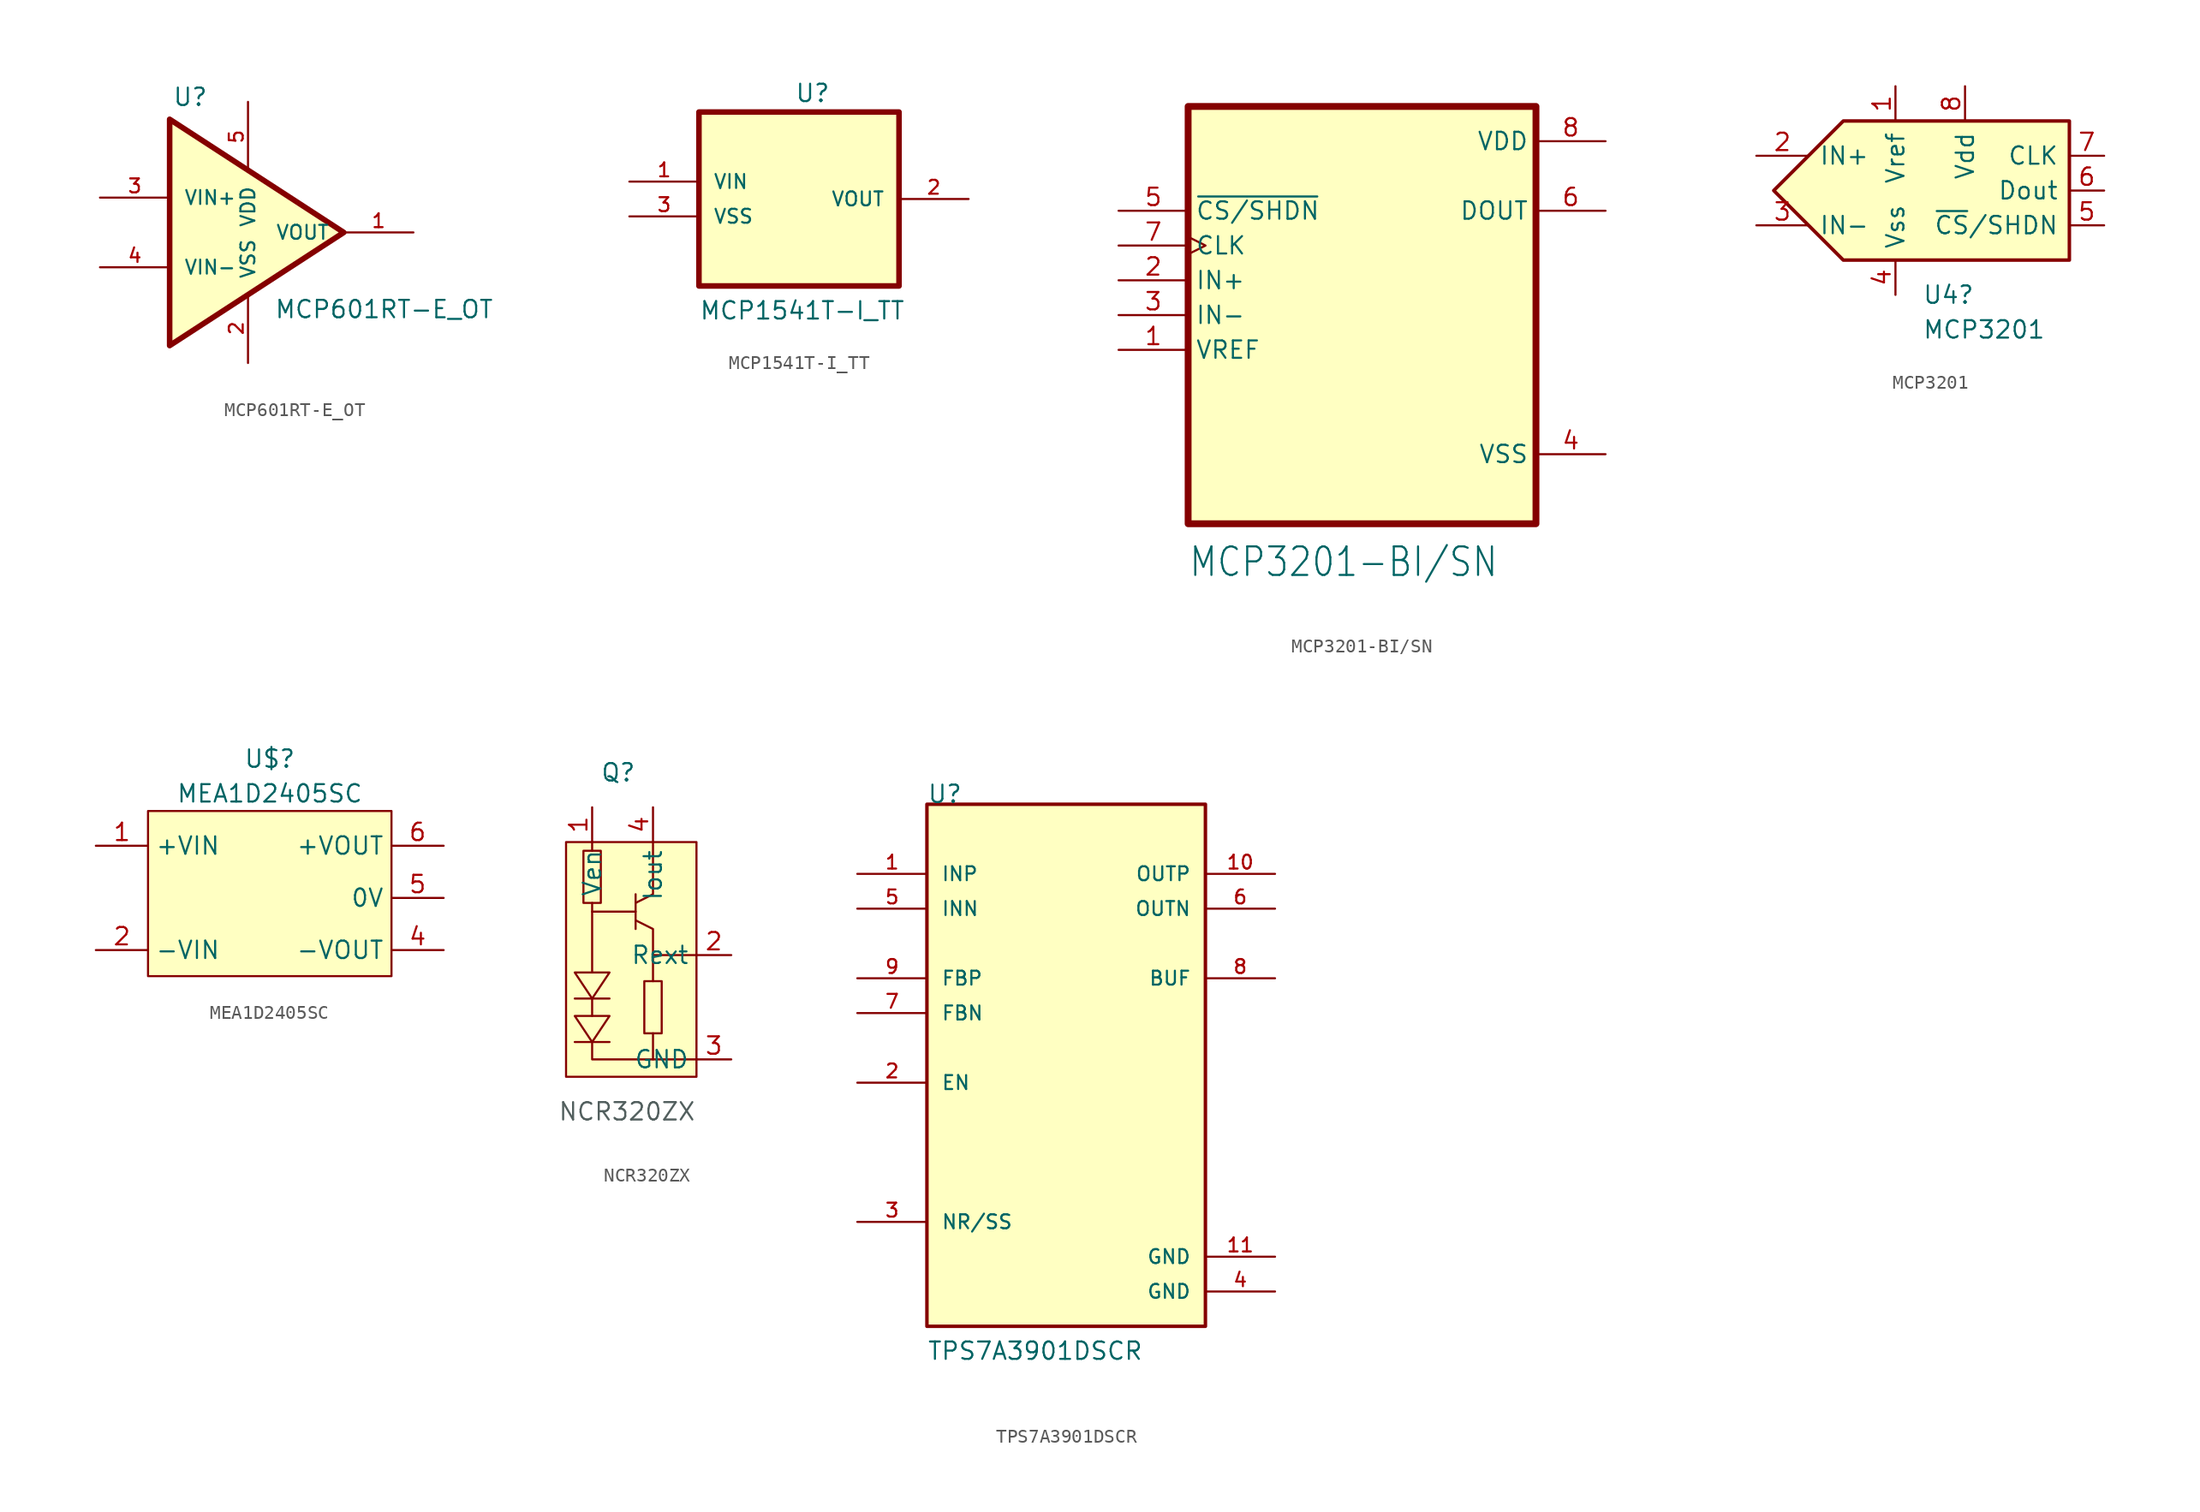
<source format=kicad_sym>
(kicad_symbol_lib
  (version 20220914)
  (generator kicad_symbol_editor)
  (symbol "MCP601RT-E_OT"
    (pin_names
      (offset 1.016))
    (property "Reference" "U"
      (at -4.249 9.134 0)
      (effects (font (size 1.27 1.27)) (justify left bottom)))
    (property "Value" "MCP601RT-E_OT"
      (at 3.175 -6.35 0)
      (effects (font (size 1.27 1.27)) (justify left bottom)))
    (symbol "MCP601RT-E_OT_0_0"
      (pin output line (at 13.335 0 180) (length 5.08) (name "VOUT" (effects (font (size 1.016 1.016)))) (number "1" (effects (font (size 1.016 1.016)))))
      (pin passive line (at 1.27 -9.525 90) (length 5.08) (name "VSS" (effects (font (size 1.016 1.016)))) (number "2" (effects (font (size 1.016 1.016)))))
      (pin input line (at -9.525 2.54 0) (length 5.08) (name "VIN+" (effects (font (size 1.016 1.016)))) (number "3" (effects (font (size 1.016 1.016)))))
      (pin input line (at -9.525 -2.54 0) (length 5.08) (name "VIN-" (effects (font (size 1.016 1.016)))) (number "4" (effects (font (size 1.016 1.016)))))
      (pin power_in line (at 1.27 9.525 270) (length 5.08) (name "VDD" (effects (font (size 1.016 1.016)))) (number "5" (effects (font (size 1.016 1.016))))))
    (symbol "MCP601RT-E_OT_1_1"
      (polyline (pts (xy -4.445 -8.255) (xy 8.255 0) (xy -4.445 8.255) (xy -4.445 -8.255)) (stroke (width 0.406) (type default)) (fill (type background)))))
  (symbol "MCP1541T-I_TT"
    (pin_names
      (offset 1.016))
    (property "Reference" "U"
      (at -0.635 6.985 0)
      (effects (font (size 1.27 1.27)) (justify left bottom)))
    (property "Value" "MCP1541T-I_TT"
      (at -7.62 -8.89 0)
      (effects (font (size 1.27 1.27)) (justify left bottom)))
    (symbol "MCP1541T-I_TT_0_0"
      (rectangle (start -7.62 6.35) (end 6.985 -6.35) (stroke (width 0.406) (type default)) (fill (type background)))
      (pin power_in line (at -12.7 1.27 0) (length 5.08) (name "VIN" (effects (font (size 1.016 1.016)))) (number "1" (effects (font (size 1.016 1.016)))))
      (pin output line (at 12.065 0 180) (length 5.08) (name "VOUT" (effects (font (size 1.016 1.016)))) (number "2" (effects (font (size 1.016 1.016)))))
      (pin power_in line (at -12.7 -1.27 0) (length 5.08) (name "VSS" (effects (font (size 1.016 1.016)))) (number "3" (effects (font (size 1.016 1.016)))))))
  (symbol "MCP3201-BI/SN"
    (property "Reference" "U$2"
      (at -12.7 16.24 0)
      (effects (font (size 2.083 1.77)) (justify left bottom) hide))
    (property "Value" "MCP3201-BI/SN"
      (at -12.7 -19.24 0)
      (effects (font (size 2.083 1.77)) (justify left bottom)))
    (property "ki_locked" ""
      (at 0 0 0)
      (effects (font (size 1.27 1.27))))
    (symbol "MCP3201-BI/SN_1_0"
      (rectangle (start -12.7 15.24) (end 12.7 -15.24) (stroke (width 0.5) (type default)) (fill (type background)))
      (pin input line (at -17.78 -2.54 0) (length 5.08) (name "VREF" (effects (font (size 1.27 1.27)))) (number "1" (effects (font (size 1.27 1.27)))))
      (pin input line (at -17.78 2.54 0) (length 5.08) (name "IN+" (effects (font (size 1.27 1.27)))) (number "2" (effects (font (size 1.27 1.27)))))
      (pin input line (at -17.78 0 0) (length 5.08) (name "IN-" (effects (font (size 1.27 1.27)))) (number "3" (effects (font (size 1.27 1.27)))))
      (pin power_in line (at 17.78 -10.16 180) (length 5.08) (name "VSS" (effects (font (size 1.27 1.27)))) (number "4" (effects (font (size 1.27 1.27)))))
      (pin input line (at -17.78 7.62 0) (length 5.08) (name "~{CS/SHDN}" (effects (font (size 1.27 1.27)))) (number "5" (effects (font (size 1.27 1.27)))))
      (pin output line (at 17.78 7.62 180) (length 5.08) (name "DOUT" (effects (font (size 1.27 1.27)))) (number "6" (effects (font (size 1.27 1.27)))))
      (pin input clock (at -17.78 5.08 0) (length 5.08) (name "CLK" (effects (font (size 1.27 1.27)))) (number "7" (effects (font (size 1.27 1.27)))))
      (pin power_in line (at 17.78 12.7 180) (length 5.08) (name "VDD" (effects (font (size 1.27 1.27)))) (number "8" (effects (font (size 1.27 1.27)))))))
  (symbol "MCP3201"
    (pin_names
      (offset 0.762))
    (property "Reference" "U4"
      (at -0.584 -7.62 0)
      (effects (font (size 1.27 1.27)) (justify left)))
    (property "Value" "MCP3201"
      (at -0.584 -10.16 0)
      (effects (font (size 1.27 1.27)) (justify left)))
    (symbol "MCP3201_0_0"
      (polyline (pts (xy -11.43 0) (xy -6.35 5.08) (xy 10.16 5.08) (xy 10.16 -5.08) (xy -6.35 -5.08) (xy -11.43 0)) (stroke (width 0.254) (type default)) (fill (type background))))
    (symbol "MCP3201_1_1"
      (pin power_in line (at -2.54 7.62 270) (length 2.54) (name "Vref" (effects (font (size 1.27 1.27)))) (number "1" (effects (font (size 1.27 1.27)))))
      (pin input line (at -12.7 2.54 0) (length 3.81) (name "IN+" (effects (font (size 1.27 1.27)))) (number "2" (effects (font (size 1.27 1.27)))))
      (pin input line (at -12.7 -2.54 0) (length 3.81) (name "IN-" (effects (font (size 1.27 1.27)))) (number "3" (effects (font (size 1.27 1.27)))))
      (pin power_in line (at -2.54 -7.62 90) (length 2.54) (name "Vss" (effects (font (size 1.27 1.27)))) (number "4" (effects (font (size 1.27 1.27)))))
      (pin input line (at 12.7 -2.54 180) (length 2.54) (name "~{CS}/SHDN" (effects (font (size 1.27 1.27)))) (number "5" (effects (font (size 1.27 1.27)))))
      (pin output line (at 12.7 0 180) (length 2.54) (name "Dout" (effects (font (size 1.27 1.27)))) (number "6" (effects (font (size 1.27 1.27)))))
      (pin input line (at 12.7 2.54 180) (length 2.54) (name "CLK" (effects (font (size 1.27 1.27)))) (number "7" (effects (font (size 1.27 1.27)))))
      (pin power_in line (at 2.54 7.62 270) (length 2.54) (name "Vdd" (effects (font (size 1.27 1.27)))) (number "8" (effects (font (size 1.27 1.27)))))))
  (symbol "MEA1D2405SC"
    (property "Reference" "U$"
      (at 0 10.16 0)
      (effects (font (size 1.27 1.27))))
    (property "Value" "MEA1D2405SC"
      (at 0 7.62 0)
      (effects (font (size 1.27 1.27))))
    (symbol "MEA1D2405SC_1_1"
      (rectangle (start -8.89 6.35) (end 8.89 -5.715) (stroke (width 0) (type default)) (fill (type background)))
      (pin power_in line (at -12.7 3.81 0) (length 3.81) (name "+VIN" (effects (font (size 1.27 1.27)))) (number "1" (effects (font (size 1.27 1.27)))))
      (pin power_in line (at -12.7 -3.81 0) (length 3.81) (name "-VIN" (effects (font (size 1.27 1.27)))) (number "2" (effects (font (size 1.27 1.27)))))
      (pin power_out line (at 12.7 -3.81 180) (length 3.81) (name "-VOUT" (effects (font (size 1.27 1.27)))) (number "4" (effects (font (size 1.27 1.27)))))
      (pin power_out line (at 12.7 0 180) (length 3.81) (name "0V" (effects (font (size 1.27 1.27)))) (number "5" (effects (font (size 1.27 1.27)))))
      (pin power_out line (at 12.7 3.81 180) (length 3.81) (name "+VOUT" (effects (font (size 1.27 1.27)))) (number "6" (effects (font (size 1.27 1.27)))))))
  (symbol "NCR320ZX"
    (property "Reference" "Q"
      (at 0 2.54 0)
      (effects (font (size 1.27 1.27))))
    (property "Value" ""
      (at 0 0 0)
      (effects (font (size 1.27 1.27))))
    (symbol "NCR320ZX_1_1"
      (rectangle (start -3.81 -2.54) (end 5.715 -19.685) (stroke (width 0) (type default)) (fill (type background)))
      (rectangle (start -2.54 -3.175) (end -1.27 -6.985) (stroke (width 0) (type default)) (fill (type none)))
      (polyline (pts (xy -3.175 -17.145) (xy -0.635 -17.145)) (stroke (width 0) (type default)) (fill (type none)))
      (polyline (pts (xy -3.175 -13.97) (xy -0.635 -13.97)) (stroke (width 0) (type default)) (fill (type none)))
      (polyline (pts (xy -1.905 -15.24) (xy -1.905 -13.97)) (stroke (width 0) (type default)) (fill (type none)))
      (polyline (pts (xy -1.905 -7.62) (xy 1.27 -7.62)) (stroke (width 0) (type default)) (fill (type none)))
      (polyline (pts (xy -1.905 -3.175) (xy -1.905 -2.54)) (stroke (width 0) (type default)) (fill (type none)))
      (polyline (pts (xy 1.27 -6.35) (xy 1.27 -8.89)) (stroke (width 0) (type default)) (fill (type none)))
      (polyline (pts (xy 2.54 -12.7) (xy 2.54 -10.795)) (stroke (width 0) (type default)) (fill (type none)))
      (polyline (pts (xy -1.905 -17.145) (xy -1.905 -18.415) (xy 2.54 -18.415)) (stroke (width 0) (type default)) (fill (type none)))
      (polyline (pts (xy -1.905 -6.985) (xy -1.905 -12.065) (xy -1.905 -12.065)) (stroke (width 0) (type default)) (fill (type none)))
      (polyline (pts (xy 1.27 -6.985) (xy 2.54 -6.35) (xy 2.54 -2.54)) (stroke (width 0) (type default)) (fill (type none)))
      (polyline (pts (xy 2.54 -16.51) (xy 2.54 -18.415) (xy 5.715 -18.415)) (stroke (width 0) (type default)) (fill (type none)))
      (polyline (pts (xy -3.175 -15.24) (xy -0.635 -15.24) (xy -1.905 -17.145) (xy -3.175 -15.24)) (stroke (width 0) (type default)) (fill (type none)))
      (polyline (pts (xy -3.175 -12.065) (xy -0.635 -12.065) (xy -1.905 -13.97) (xy -3.175 -12.065)) (stroke (width 0) (type default)) (fill (type none)))
      (polyline (pts (xy 1.27 -8.255) (xy 2.54 -8.89) (xy 2.54 -10.795) (xy 5.715 -10.795)) (stroke (width 0) (type default)) (fill (type none)))
      (rectangle (start 1.905 -12.7) (end 3.175 -16.51) (stroke (width 0) (type default)) (fill (type none)))
      (text "NCR320ZX" (at 0.635 -22.225 0) (effects (font (size 1.27 1.27) (color 82 95 94 1))))
      (pin input line (at -1.905 0 270) (length 2.54) (name "Ven" (effects (font (size 1.27 1.27)))) (number "1" (effects (font (size 1.27 1.27)))))
      (pin input line (at 8.255 -10.795 180) (length 2.54) (name "Rext" (effects (font (size 1.27 1.27)))) (number "2" (effects (font (size 1.27 1.27)))))
      (pin input line (at 8.255 -18.415 180) (length 2.54) (name "GND" (effects (font (size 1.27 1.27)))) (number "3" (effects (font (size 1.27 1.27)))))
      (pin input line (at 2.54 0 270) (length 2.54) (name "Iout" (effects (font (size 1.27 1.27)))) (number "4" (effects (font (size 1.27 1.27)))))))
  (symbol "TPS7A3901DSCR"
    (pin_names
      (offset 1.016))
    (property "Reference" "U"
      (at -10.16 17.78 0)
      (effects (font (size 1.27 1.27)) (justify left bottom)))
    (property "Value" "TPS7A3901DSCR"
      (at -10.16 -22.86 0)
      (effects (font (size 1.27 1.27)) (justify left bottom)))
    (symbol "TPS7A3901DSCR_0_0"
      (rectangle (start -10.16 -20.32) (end 10.16 17.78) (stroke (width 0.254) (type default)) (fill (type background)))
      (pin input line (at -15.24 12.7 0) (length 5.08) (name "INP" (effects (font (size 1.016 1.016)))) (number "1" (effects (font (size 1.016 1.016)))))
      (pin output line (at 15.24 12.7 180) (length 5.08) (name "OUTP" (effects (font (size 1.016 1.016)))) (number "10" (effects (font (size 1.016 1.016)))))
      (pin power_in line (at 15.24 -15.24 180) (length 5.08) (name "GND" (effects (font (size 1.016 1.016)))) (number "11" (effects (font (size 1.016 1.016)))))
      (pin input line (at -15.24 -2.54 0) (length 5.08) (name "EN" (effects (font (size 1.016 1.016)))) (number "2" (effects (font (size 1.016 1.016)))))
      (pin passive line (at -15.24 -12.7 0) (length 5.08) (name "NR/SS" (effects (font (size 1.016 1.016)))) (number "3" (effects (font (size 1.016 1.016)))))
      (pin power_in line (at 15.24 -17.78 180) (length 5.08) (name "GND" (effects (font (size 1.016 1.016)))) (number "4" (effects (font (size 1.016 1.016)))))
      (pin input line (at -15.24 10.16 0) (length 5.08) (name "INN" (effects (font (size 1.016 1.016)))) (number "5" (effects (font (size 1.016 1.016)))))
      (pin output line (at 15.24 10.16 180) (length 5.08) (name "OUTN" (effects (font (size 1.016 1.016)))) (number "6" (effects (font (size 1.016 1.016)))))
      (pin input line (at -15.24 2.54 0) (length 5.08) (name "FBN" (effects (font (size 1.016 1.016)))) (number "7" (effects (font (size 1.016 1.016)))))
      (pin output line (at 15.24 5.08 180) (length 5.08) (name "BUF" (effects (font (size 1.016 1.016)))) (number "8" (effects (font (size 1.016 1.016)))))
      (pin input line (at -15.24 5.08 0) (length 5.08) (name "FBP" (effects (font (size 1.016 1.016)))) (number "9" (effects (font (size 1.016 1.016))))))))
</source>
